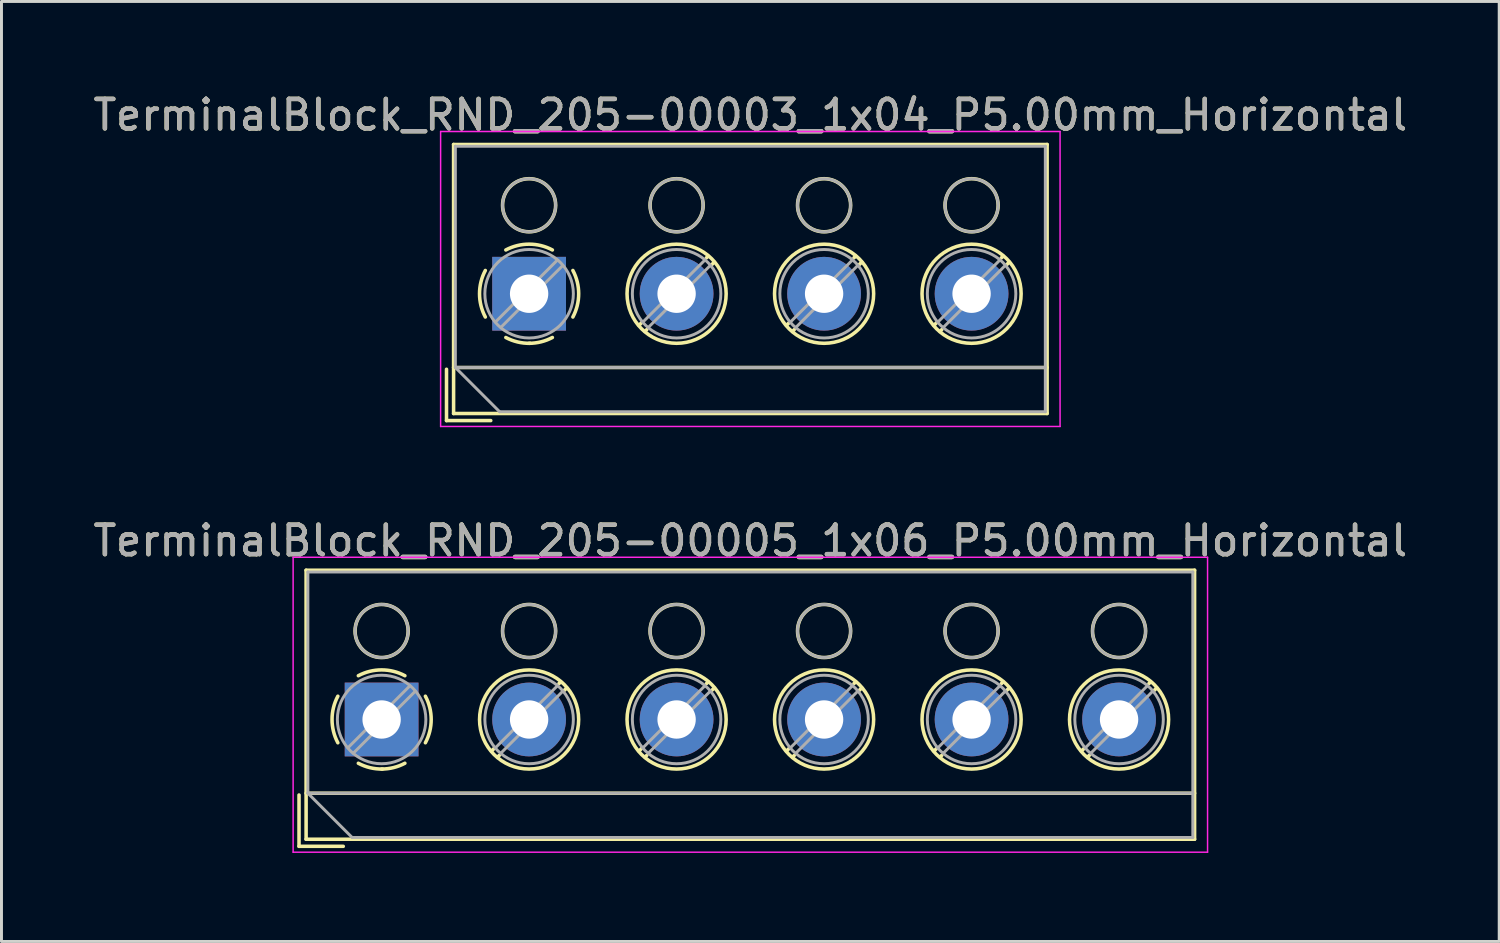
<source format=kicad_pcb>
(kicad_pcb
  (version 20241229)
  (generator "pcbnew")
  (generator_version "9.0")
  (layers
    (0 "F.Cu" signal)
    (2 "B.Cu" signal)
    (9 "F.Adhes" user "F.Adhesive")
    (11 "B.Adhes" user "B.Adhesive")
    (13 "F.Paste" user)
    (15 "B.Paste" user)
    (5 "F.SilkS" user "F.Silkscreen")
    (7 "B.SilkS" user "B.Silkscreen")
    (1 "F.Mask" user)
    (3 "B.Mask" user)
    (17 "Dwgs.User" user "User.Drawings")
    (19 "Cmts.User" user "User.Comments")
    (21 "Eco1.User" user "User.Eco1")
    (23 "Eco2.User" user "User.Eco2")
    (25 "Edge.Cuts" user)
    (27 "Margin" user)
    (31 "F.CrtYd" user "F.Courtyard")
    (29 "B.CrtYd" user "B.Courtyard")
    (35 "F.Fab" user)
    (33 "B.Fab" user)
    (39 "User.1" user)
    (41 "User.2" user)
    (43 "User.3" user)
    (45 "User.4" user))
  (footprint "TerminalBlock_RND_205-00003_1x04_P5.00mm_Horizontal"
    (layer "F.Cu")
    (at 14.887 6.908)
    (property "Reference" "TerminalBlock_RND_205-00003_1x04_P5.00mm_Horizontal" (at 7.5 -6.06 0) (layer "F.SilkS") (effects (font (size 1 1) (thickness 0.15))))
    (attr through_hole)
    (fp_line (start -2.8 2.56) (end -2.8 4.3) (stroke (width 0.12) (type solid)) (layer "F.SilkS"))
    (fp_line (start -2.8 4.3) (end -1.3 4.3) (stroke (width 0.12) (type solid)) (layer "F.SilkS"))
    (fp_line (start -2.56 -5.06) (end -2.56 4.06) (stroke (width 0.12) (type solid)) (layer "F.SilkS"))
    (fp_line (start -2.56 -5.06) (end 17.561 -5.06) (stroke (width 0.12) (type solid)) (layer "F.SilkS"))
    (fp_line (start -2.56 2.5) (end 17.561 2.5) (stroke (width 0.12) (type solid)) (layer "F.SilkS"))
    (fp_line (start -2.56 4.06) (end 17.561 4.06) (stroke (width 0.12) (type solid)) (layer "F.SilkS"))
    (fp_line (start 3.82 0.976) (end 3.726 1.069) (stroke (width 0.12) (type solid)) (layer "F.SilkS"))
    (fp_line (start 3.99 1.216) (end 3.931 1.274) (stroke (width 0.12) (type solid)) (layer "F.SilkS"))
    (fp_line (start 6.07 -1.275) (end 6.011 -1.216) (stroke (width 0.12) (type solid)) (layer "F.SilkS"))
    (fp_line (start 6.275 -1.069) (end 6.181 -0.976) (stroke (width 0.12) (type solid)) (layer "F.SilkS"))
    (fp_line (start 8.82 0.976) (end 8.726 1.069) (stroke (width 0.12) (type solid)) (layer "F.SilkS"))
    (fp_line (start 8.99 1.216) (end 8.931 1.274) (stroke (width 0.12) (type solid)) (layer "F.SilkS"))
    (fp_line (start 11.07 -1.275) (end 11.011 -1.216) (stroke (width 0.12) (type solid)) (layer "F.SilkS"))
    (fp_line (start 11.275 -1.069) (end 11.181 -0.976) (stroke (width 0.12) (type solid)) (layer "F.SilkS"))
    (fp_line (start 13.82 0.976) (end 13.726 1.069) (stroke (width 0.12) (type solid)) (layer "F.SilkS"))
    (fp_line (start 13.99 1.216) (end 13.931 1.274) (stroke (width 0.12) (type solid)) (layer "F.SilkS"))
    (fp_line (start 16.07 -1.275) (end 16.011 -1.216) (stroke (width 0.12) (type solid)) (layer "F.SilkS"))
    (fp_line (start 16.275 -1.069) (end 16.181 -0.976) (stroke (width 0.12) (type solid)) (layer "F.SilkS"))
    (fp_line (start 17.561 -5.06) (end 17.561 4.06) (stroke (width 0.12) (type solid)) (layer "F.SilkS"))
    (fp_arc (start -1.483953 0.789089) (mid -1.680708 0.00005) (end -1.484 -0.789) (stroke (width 0.12) (type solid)) (layer "F.SilkS"))
    (fp_arc (start -0.789089 -1.483953) (mid -0.00005 -1.680708) (end 0.789 -1.484) (stroke (width 0.12) (type solid)) (layer "F.SilkS"))
    (fp_arc (start 0.029383 1.68045) (mid -0.392304 1.634281) (end -0.789 1.484) (stroke (width 0.12) (type solid)) (layer "F.SilkS"))
    (fp_arc (start 0.788712 1.483352) (mid 0.406429 1.630097) (end 0 1.68) (stroke (width 0.12) (type solid)) (layer "F.SilkS"))
    (fp_arc (start 1.483953 -0.789089) (mid 1.680708 -0.00005) (end 1.484 0.789) (stroke (width 0.12) (type solid)) (layer "F.SilkS"))
    (fp_circle (center 0 -3) (end 0.9 -3) (stroke (width 0.12) (type solid)) (fill no) (layer "F.SilkS"))
    (fp_circle (center 5 -3) (end 5.9 -3) (stroke (width 0.12) (type solid)) (fill no) (layer "F.SilkS"))
    (fp_circle (center 5 0) (end 6.68 0) (stroke (width 0.12) (type solid)) (fill no) (layer "F.SilkS"))
    (fp_circle (center 10 -3) (end 10.9 -3) (stroke (width 0.12) (type solid)) (fill no) (layer "F.SilkS"))
    (fp_circle (center 10 0) (end 11.68 0) (stroke (width 0.12) (type solid)) (fill no) (layer "F.SilkS"))
    (fp_circle (center 15 -3) (end 15.9 -3) (stroke (width 0.12) (type solid)) (fill no) (layer "F.SilkS"))
    (fp_circle (center 15 0) (end 16.68 0) (stroke (width 0.12) (type solid)) (fill no) (layer "F.SilkS"))
    (fp_line (start -3 -5.5) (end -3 4.5) (stroke (width 0.05) (type solid)) (layer "F.CrtYd"))
    (fp_line (start -3 4.5) (end 18 4.5) (stroke (width 0.05) (type solid)) (layer "F.CrtYd"))
    (fp_line (start 18 -5.5) (end -3 -5.5) (stroke (width 0.05) (type solid)) (layer "F.CrtYd"))
    (fp_line (start 18 4.5) (end 18 -5.5) (stroke (width 0.05) (type solid)) (layer "F.CrtYd"))
    (fp_line (start -2.5 -5) (end 17.5 -5) (stroke (width 0.1) (type solid)) (layer "F.Fab"))
    (fp_line (start -2.5 2.5) (end -2.5 -5) (stroke (width 0.1) (type solid)) (layer "F.Fab"))
    (fp_line (start -2.5 2.5) (end 17.5 2.5) (stroke (width 0.1) (type solid)) (layer "F.Fab"))
    (fp_line (start -1 4) (end -2.5 2.5) (stroke (width 0.1) (type solid)) (layer "F.Fab"))
    (fp_line (start 0.955 -1.138) (end -1.138 0.955) (stroke (width 0.1) (type solid)) (layer "F.Fab"))
    (fp_line (start 1.138 -0.955) (end -0.955 1.138) (stroke (width 0.1) (type solid)) (layer "F.Fab"))
    (fp_line (start 5.955 -1.138) (end 3.863 0.955) (stroke (width 0.1) (type solid)) (layer "F.Fab"))
    (fp_line (start 6.138 -0.955) (end 4.046 1.138) (stroke (width 0.1) (type solid)) (layer "F.Fab"))
    (fp_line (start 10.955 -1.138) (end 8.863 0.955) (stroke (width 0.1) (type solid)) (layer "F.Fab"))
    (fp_line (start 11.138 -0.955) (end 9.046 1.138) (stroke (width 0.1) (type solid)) (layer "F.Fab"))
    (fp_line (start 15.955 -1.138) (end 13.863 0.955) (stroke (width 0.1) (type solid)) (layer "F.Fab"))
    (fp_line (start 16.138 -0.955) (end 14.046 1.138) (stroke (width 0.1) (type solid)) (layer "F.Fab"))
    (fp_line (start 17.5 -5) (end 17.5 4) (stroke (width 0.1) (type solid)) (layer "F.Fab"))
    (fp_line (start 17.5 4) (end -1 4) (stroke (width 0.1) (type solid)) (layer "F.Fab"))
    (fp_circle (center 0 -3) (end 0.9 -3) (stroke (width 0.1) (type solid)) (fill no) (layer "F.Fab"))
    (fp_circle (center 0 0) (end 1.5 0) (stroke (width 0.1) (type solid)) (fill no) (layer "F.Fab"))
    (fp_circle (center 5 -3) (end 5.9 -3) (stroke (width 0.1) (type solid)) (fill no) (layer "F.Fab"))
    (fp_circle (center 5 0) (end 6.5 0) (stroke (width 0.1) (type solid)) (fill no) (layer "F.Fab"))
    (fp_circle (center 10 -3) (end 10.9 -3) (stroke (width 0.1) (type solid)) (fill no) (layer "F.Fab"))
    (fp_circle (center 10 0) (end 11.5 0) (stroke (width 0.1) (type solid)) (fill no) (layer "F.Fab"))
    (fp_circle (center 15 -3) (end 15.9 -3) (stroke (width 0.1) (type solid)) (fill no) (layer "F.Fab"))
    (fp_circle (center 15 0) (end 16.5 0) (stroke (width 0.1) (type solid)) (fill no) (layer "F.Fab"))
    (fp_text user "${REFERENCE}" (at 7.5 -6.06 0) (layer "F.Fab") (effects (font (size 1 1) (thickness 0.15))))
    (pad "1" thru_hole rect (at 0 0) (size 2.5 2.5) (drill 1.3) (layers "*.Cu" "*.Mask"))
    (pad "2" thru_hole circle (at 5 0) (size 2.5 2.5) (drill 1.3) (layers "*.Cu" "*.Mask"))
    (pad "3" thru_hole circle (at 10 0) (size 2.5 2.5) (drill 1.3) (layers "*.Cu" "*.Mask"))
    (pad "4" thru_hole circle (at 15 0) (size 2.5 2.5) (drill 1.3) (layers "*.Cu" "*.Mask")))
  (footprint "TerminalBlock_RND_205-00005_1x06_P5.00mm_Horizontal"
    (layer "F.Cu")
    (at 9.887 21.341)
    (property "Reference" "TerminalBlock_RND_205-00005_1x06_P5.00mm_Horizontal" (at 12.5 -6.06 0) (layer "F.SilkS") (effects (font (size 1 1) (thickness 0.15))))
    (attr through_hole)
    (fp_line (start -2.8 2.56) (end -2.8 4.3) (stroke (width 0.12) (type solid)) (layer "F.SilkS"))
    (fp_line (start -2.8 4.3) (end -1.3 4.3) (stroke (width 0.12) (type solid)) (layer "F.SilkS"))
    (fp_line (start -2.56 -5.06) (end -2.56 4.06) (stroke (width 0.12) (type solid)) (layer "F.SilkS"))
    (fp_line (start -2.56 -5.06) (end 27.56 -5.06) (stroke (width 0.12) (type solid)) (layer "F.SilkS"))
    (fp_line (start -2.56 2.5) (end 27.56 2.5) (stroke (width 0.12) (type solid)) (layer "F.SilkS"))
    (fp_line (start -2.56 4.06) (end 27.56 4.06) (stroke (width 0.12) (type solid)) (layer "F.SilkS"))
    (fp_line (start 3.82 0.976) (end 3.726 1.069) (stroke (width 0.12) (type solid)) (layer "F.SilkS"))
    (fp_line (start 3.99 1.216) (end 3.931 1.274) (stroke (width 0.12) (type solid)) (layer "F.SilkS"))
    (fp_line (start 6.07 -1.275) (end 6.011 -1.216) (stroke (width 0.12) (type solid)) (layer "F.SilkS"))
    (fp_line (start 6.275 -1.069) (end 6.181 -0.976) (stroke (width 0.12) (type solid)) (layer "F.SilkS"))
    (fp_line (start 8.82 0.976) (end 8.726 1.069) (stroke (width 0.12) (type solid)) (layer "F.SilkS"))
    (fp_line (start 8.99 1.216) (end 8.931 1.274) (stroke (width 0.12) (type solid)) (layer "F.SilkS"))
    (fp_line (start 11.07 -1.275) (end 11.011 -1.216) (stroke (width 0.12) (type solid)) (layer "F.SilkS"))
    (fp_line (start 11.275 -1.069) (end 11.181 -0.976) (stroke (width 0.12) (type solid)) (layer "F.SilkS"))
    (fp_line (start 13.82 0.976) (end 13.726 1.069) (stroke (width 0.12) (type solid)) (layer "F.SilkS"))
    (fp_line (start 13.99 1.216) (end 13.931 1.274) (stroke (width 0.12) (type solid)) (layer "F.SilkS"))
    (fp_line (start 16.07 -1.275) (end 16.011 -1.216) (stroke (width 0.12) (type solid)) (layer "F.SilkS"))
    (fp_line (start 16.275 -1.069) (end 16.181 -0.976) (stroke (width 0.12) (type solid)) (layer "F.SilkS"))
    (fp_line (start 18.82 0.976) (end 18.726 1.069) (stroke (width 0.12) (type solid)) (layer "F.SilkS"))
    (fp_line (start 18.99 1.216) (end 18.931 1.274) (stroke (width 0.12) (type solid)) (layer "F.SilkS"))
    (fp_line (start 21.07 -1.275) (end 21.011 -1.216) (stroke (width 0.12) (type solid)) (layer "F.SilkS"))
    (fp_line (start 21.275 -1.069) (end 21.181 -0.976) (stroke (width 0.12) (type solid)) (layer "F.SilkS"))
    (fp_line (start 23.82 0.976) (end 23.726 1.069) (stroke (width 0.12) (type solid)) (layer "F.SilkS"))
    (fp_line (start 23.99 1.216) (end 23.931 1.274) (stroke (width 0.12) (type solid)) (layer "F.SilkS"))
    (fp_line (start 26.07 -1.275) (end 26.011 -1.216) (stroke (width 0.12) (type solid)) (layer "F.SilkS"))
    (fp_line (start 26.275 -1.069) (end 26.181 -0.976) (stroke (width 0.12) (type solid)) (layer "F.SilkS"))
    (fp_line (start 27.56 -5.06) (end 27.56 4.06) (stroke (width 0.12) (type solid)) (layer "F.SilkS"))
    (fp_arc (start -1.483953 0.789089) (mid -1.680708 0.00005) (end -1.484 -0.789) (stroke (width 0.12) (type solid)) (layer "F.SilkS"))
    (fp_arc (start -0.789089 -1.483953) (mid -0.00005 -1.680708) (end 0.789 -1.484) (stroke (width 0.12) (type solid)) (layer "F.SilkS"))
    (fp_arc (start 0.029383 1.68045) (mid -0.392304 1.634281) (end -0.789 1.484) (stroke (width 0.12) (type solid)) (layer "F.SilkS"))
    (fp_arc (start 0.788712 1.483352) (mid 0.406429 1.630097) (end 0 1.68) (stroke (width 0.12) (type solid)) (layer "F.SilkS"))
    (fp_arc (start 1.483953 -0.789089) (mid 1.680708 -0.00005) (end 1.484 0.789) (stroke (width 0.12) (type solid)) (layer "F.SilkS"))
    (fp_circle (center 0 -3) (end 0.9 -3) (stroke (width 0.12) (type solid)) (fill no) (layer "F.SilkS"))
    (fp_circle (center 5 -3) (end 5.9 -3) (stroke (width 0.12) (type solid)) (fill no) (layer "F.SilkS"))
    (fp_circle (center 5 0) (end 6.68 0) (stroke (width 0.12) (type solid)) (fill no) (layer "F.SilkS"))
    (fp_circle (center 10 -3) (end 10.9 -3) (stroke (width 0.12) (type solid)) (fill no) (layer "F.SilkS"))
    (fp_circle (center 10 0) (end 11.68 0) (stroke (width 0.12) (type solid)) (fill no) (layer "F.SilkS"))
    (fp_circle (center 15 -3) (end 15.9 -3) (stroke (width 0.12) (type solid)) (fill no) (layer "F.SilkS"))
    (fp_circle (center 15 0) (end 16.68 0) (stroke (width 0.12) (type solid)) (fill no) (layer "F.SilkS"))
    (fp_circle (center 20 -3) (end 20.9 -3) (stroke (width 0.12) (type solid)) (fill no) (layer "F.SilkS"))
    (fp_circle (center 20 0) (end 21.68 0) (stroke (width 0.12) (type solid)) (fill no) (layer "F.SilkS"))
    (fp_circle (center 25 -3) (end 25.9 -3) (stroke (width 0.12) (type solid)) (fill no) (layer "F.SilkS"))
    (fp_circle (center 25 0) (end 26.68 0) (stroke (width 0.12) (type solid)) (fill no) (layer "F.SilkS"))
    (fp_line (start -3 -5.5) (end -3 4.5) (stroke (width 0.05) (type solid)) (layer "F.CrtYd"))
    (fp_line (start -3 4.5) (end 28 4.5) (stroke (width 0.05) (type solid)) (layer "F.CrtYd"))
    (fp_line (start 28 -5.5) (end -3 -5.5) (stroke (width 0.05) (type solid)) (layer "F.CrtYd"))
    (fp_line (start 28 4.5) (end 28 -5.5) (stroke (width 0.05) (type solid)) (layer "F.CrtYd"))
    (fp_line (start -2.5 -5) (end 27.5 -5) (stroke (width 0.1) (type solid)) (layer "F.Fab"))
    (fp_line (start -2.5 2.5) (end -2.5 -5) (stroke (width 0.1) (type solid)) (layer "F.Fab"))
    (fp_line (start -2.5 2.5) (end 27.5 2.5) (stroke (width 0.1) (type solid)) (layer "F.Fab"))
    (fp_line (start -1 4) (end -2.5 2.5) (stroke (width 0.1) (type solid)) (layer "F.Fab"))
    (fp_line (start 0.955 -1.138) (end -1.138 0.955) (stroke (width 0.1) (type solid)) (layer "F.Fab"))
    (fp_line (start 1.138 -0.955) (end -0.955 1.138) (stroke (width 0.1) (type solid)) (layer "F.Fab"))
    (fp_line (start 5.955 -1.138) (end 3.863 0.955) (stroke (width 0.1) (type solid)) (layer "F.Fab"))
    (fp_line (start 6.138 -0.955) (end 4.046 1.138) (stroke (width 0.1) (type solid)) (layer "F.Fab"))
    (fp_line (start 10.955 -1.138) (end 8.863 0.955) (stroke (width 0.1) (type solid)) (layer "F.Fab"))
    (fp_line (start 11.138 -0.955) (end 9.046 1.138) (stroke (width 0.1) (type solid)) (layer "F.Fab"))
    (fp_line (start 15.955 -1.138) (end 13.863 0.955) (stroke (width 0.1) (type solid)) (layer "F.Fab"))
    (fp_line (start 16.138 -0.955) (end 14.046 1.138) (stroke (width 0.1) (type solid)) (layer "F.Fab"))
    (fp_line (start 20.955 -1.138) (end 18.863 0.955) (stroke (width 0.1) (type solid)) (layer "F.Fab"))
    (fp_line (start 21.138 -0.955) (end 19.046 1.138) (stroke (width 0.1) (type solid)) (layer "F.Fab"))
    (fp_line (start 25.955 -1.138) (end 23.863 0.955) (stroke (width 0.1) (type solid)) (layer "F.Fab"))
    (fp_line (start 26.138 -0.955) (end 24.046 1.138) (stroke (width 0.1) (type solid)) (layer "F.Fab"))
    (fp_line (start 27.5 -5) (end 27.5 4) (stroke (width 0.1) (type solid)) (layer "F.Fab"))
    (fp_line (start 27.5 4) (end -1 4) (stroke (width 0.1) (type solid)) (layer "F.Fab"))
    (fp_circle (center 0 -3) (end 0.9 -3) (stroke (width 0.1) (type solid)) (fill no) (layer "F.Fab"))
    (fp_circle (center 0 0) (end 1.5 0) (stroke (width 0.1) (type solid)) (fill no) (layer "F.Fab"))
    (fp_circle (center 5 -3) (end 5.9 -3) (stroke (width 0.1) (type solid)) (fill no) (layer "F.Fab"))
    (fp_circle (center 5 0) (end 6.5 0) (stroke (width 0.1) (type solid)) (fill no) (layer "F.Fab"))
    (fp_circle (center 10 -3) (end 10.9 -3) (stroke (width 0.1) (type solid)) (fill no) (layer "F.Fab"))
    (fp_circle (center 10 0) (end 11.5 0) (stroke (width 0.1) (type solid)) (fill no) (layer "F.Fab"))
    (fp_circle (center 15 -3) (end 15.9 -3) (stroke (width 0.1) (type solid)) (fill no) (layer "F.Fab"))
    (fp_circle (center 15 0) (end 16.5 0) (stroke (width 0.1) (type solid)) (fill no) (layer "F.Fab"))
    (fp_circle (center 20 -3) (end 20.9 -3) (stroke (width 0.1) (type solid)) (fill no) (layer "F.Fab"))
    (fp_circle (center 20 0) (end 21.5 0) (stroke (width 0.1) (type solid)) (fill no) (layer "F.Fab"))
    (fp_circle (center 25 -3) (end 25.9 -3) (stroke (width 0.1) (type solid)) (fill no) (layer "F.Fab"))
    (fp_circle (center 25 0) (end 26.5 0) (stroke (width 0.1) (type solid)) (fill no) (layer "F.Fab"))
    (fp_text user "${REFERENCE}" (at 12.5 -6.06 0) (layer "F.Fab") (effects (font (size 1 1) (thickness 0.15))))
    (pad "1" thru_hole rect (at 0 0) (size 2.5 2.5) (drill 1.3) (layers "*.Cu" "*.Mask"))
    (pad "2" thru_hole circle (at 5 0) (size 2.5 2.5) (drill 1.3) (layers "*.Cu" "*.Mask"))
    (pad "3" thru_hole circle (at 10 0) (size 2.5 2.5) (drill 1.3) (layers "*.Cu" "*.Mask"))
    (pad "4" thru_hole circle (at 15 0) (size 2.5 2.5) (drill 1.3) (layers "*.Cu" "*.Mask"))
    (pad "5" thru_hole circle (at 20 0) (size 2.5 2.5) (drill 1.3) (layers "*.Cu" "*.Mask"))
    (pad "6" thru_hole circle (at 25 0) (size 2.5 2.5) (drill 1.3) (layers "*.Cu" "*.Mask")))
  (gr_rect
    (start -3 -3)
    (end 47.774 28.866)
    (stroke (width 0.1) (type default))
    (fill no)
    (layer "Edge.Cuts")))
</source>
